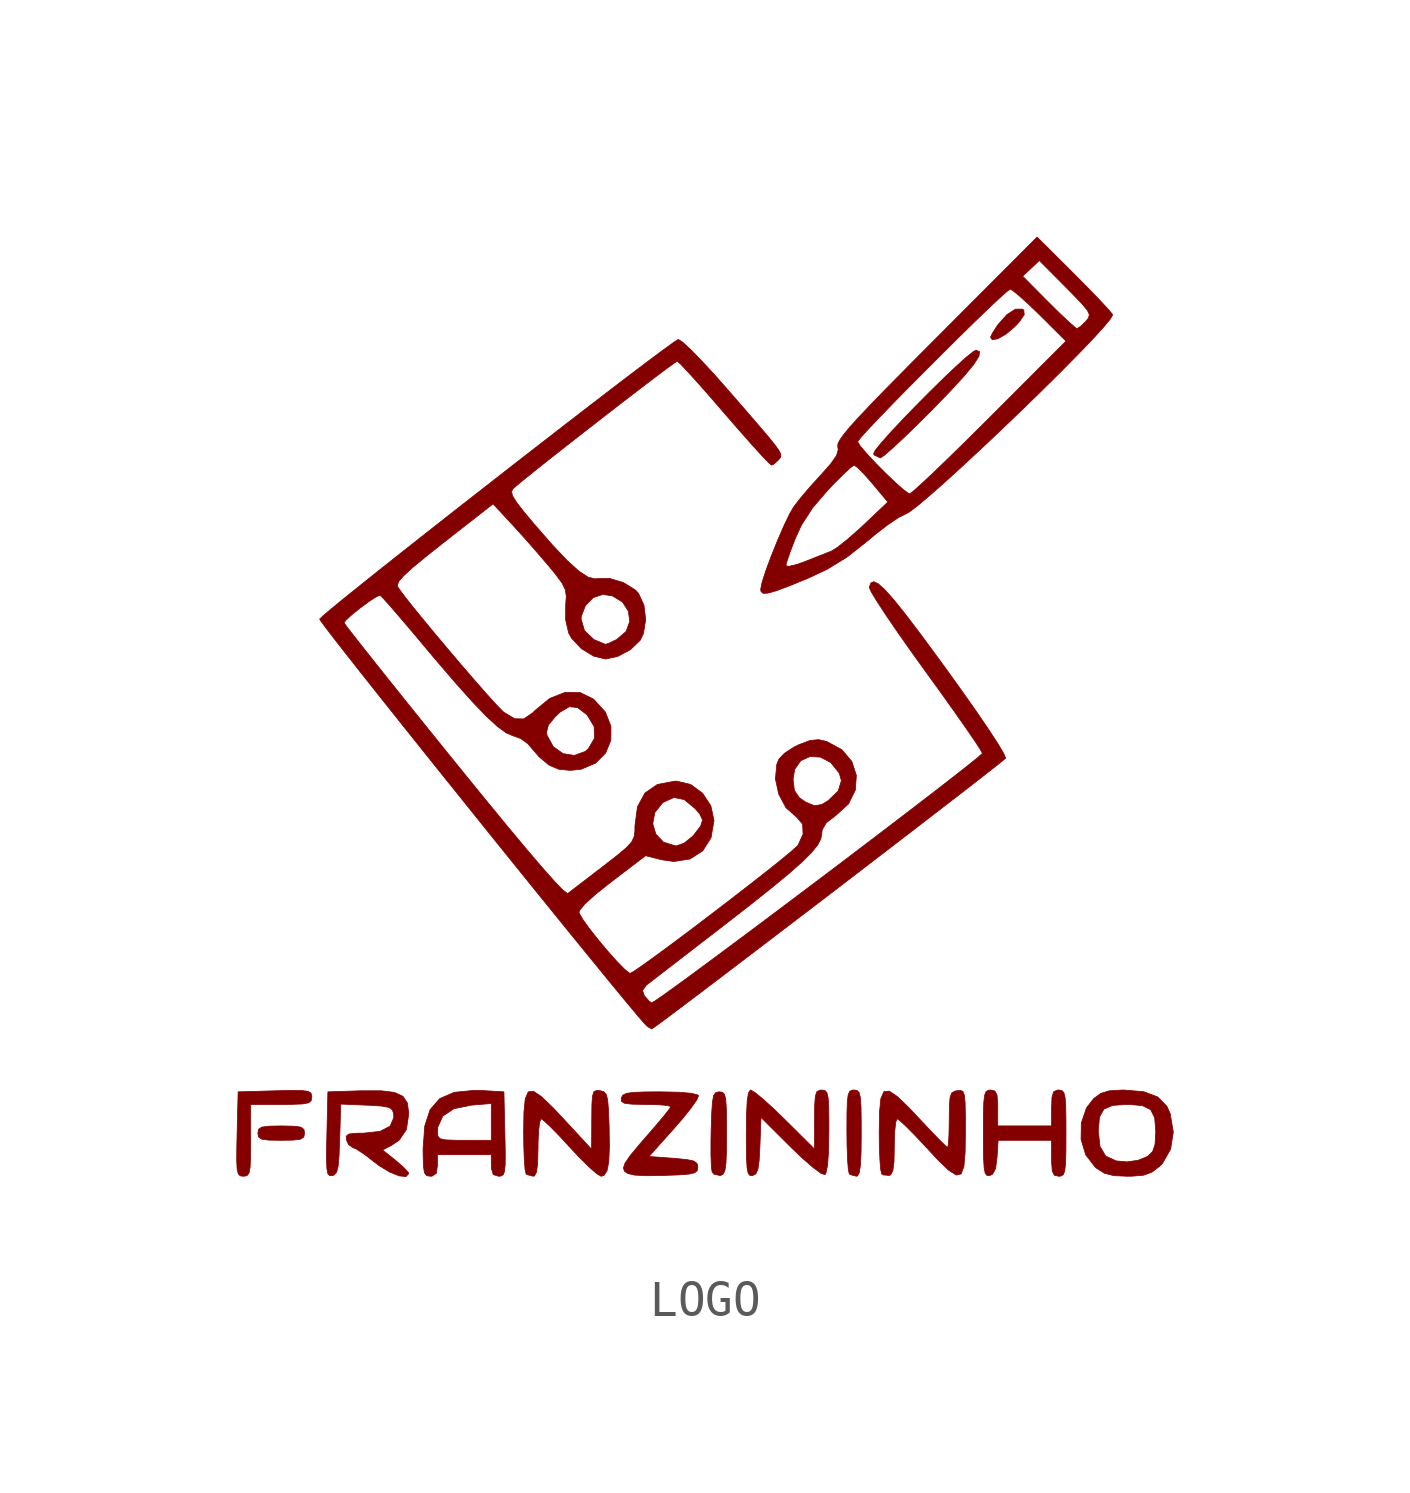
<source format=kicad_sym>
(kicad_symbol_lib
  (version 20220914)
  (generator bitmap2component)
  (symbol "LOGO"
    (pin_names
      (offset 1.016))
    (property "Reference" "#G"
      (at 0 14.424 0)
      (effects (font (size 1.27 1.27)) hide))
    (symbol "LOGO_0_0"
      (polyline (pts (xy -12.94 -12.65) (xy -12.852 -12.632) (xy -12.796 -12.559) (xy -12.766 -12.395) (xy -12.753 -12.103) (xy -12.75 -11.646) (xy -12.75 -10.642) (xy -11.897 -10.642) (xy -11.6 -10.641) (xy -11.297 -10.629) (xy -11.13 -10.598) (xy -11.059 -10.537) (xy -11.043 -10.438) (xy -11.044 -10.41) (xy -11.064 -10.328) (xy -11.142 -10.278) (xy -11.311 -10.255) (xy -11.61 -10.251) (xy -12.072 -10.262) (xy -13.101 -10.291) (xy -13.13 -11.47) (xy -13.138 -11.828) (xy -13.141 -12.214) (xy -13.129 -12.455) (xy -13.097 -12.586) (xy -13.041 -12.639) (xy -12.954 -12.65) (xy -12.94 -12.65)) (stroke (width 0.01) (type default)) (fill (type outline)))
      (polyline (pts (xy -8.333 -12.575) (xy -8.35 -12.538) (xy -8.481 -12.396) (xy -8.698 -12.208) (xy -9.063 -11.917) (xy -8.801 -11.779) (xy -8.6 -11.643) (xy -8.396 -11.342) (xy -8.333 -10.915) (xy -8.333 -10.873) (xy -8.372 -10.599) (xy -8.495 -10.415) (xy -8.73 -10.307) (xy -9.105 -10.261) (xy -9.65 -10.261) (xy -10.592 -10.291) (xy -10.62 -11.478) (xy -10.626 -11.741) (xy -10.631 -12.161) (xy -10.621 -12.428) (xy -10.594 -12.574) (xy -10.545 -12.631) (xy -10.469 -12.632) (xy -10.414 -12.613) (xy -10.348 -12.535) (xy -10.306 -12.368) (xy -10.28 -12.073) (xy -10.262 -11.615) (xy -10.233 -10.633) (xy -9.509 -10.663) (xy -9.443 -10.665) (xy -9.09 -10.688) (xy -8.887 -10.726) (xy -8.79 -10.793) (xy -8.754 -10.905) (xy -8.749 -11.012) (xy -8.855 -11.251) (xy -9.136 -11.396) (xy -9.585 -11.445) (xy -9.802 -11.448) (xy -10.005 -11.47) (xy -10.08 -11.53) (xy -10.069 -11.646) (xy -10.016 -11.763) (xy -9.9 -11.847) (xy -9.792 -11.892) (xy -9.571 -12.038) (xy -9.299 -12.248) (xy -9.165 -12.351) (xy -8.866 -12.533) (xy -8.599 -12.64) (xy -8.407 -12.659) (xy -8.333 -12.575)) (stroke (width 0.01) (type default)) (fill (type outline)))
      (polyline (pts (xy -5.758 -12.646) (xy -5.692 -12.61) (xy -5.653 -12.508) (xy -5.635 -12.307) (xy -5.634 -11.972) (xy -5.644 -11.47) (xy -5.672 -10.291) (xy -6.224 -10.258) (xy -6.504 -10.25) (xy -7.061 -10.304) (xy -7.465 -10.479) (xy -7.735 -10.788) (xy -7.884 -11.247) (xy -7.896 -11.406) (xy -7.53 -11.406) (xy -7.521 -11.28) (xy -7.381 -10.969) (xy -7.072 -10.764) (xy -6.593 -10.664) (xy -6.024 -10.617) (xy -6.024 -11.132) (xy -6.024 -11.646) (xy -6.777 -11.646) (xy -7.019 -11.645) (xy -7.306 -11.634) (xy -7.458 -11.6) (xy -7.519 -11.528) (xy -7.53 -11.406) (xy -7.896 -11.406) (xy -7.931 -11.872) (xy -7.93 -12.046) (xy -7.921 -12.372) (xy -7.892 -12.554) (xy -7.832 -12.633) (xy -7.73 -12.65) (xy -7.679 -12.647) (xy -7.561 -12.569) (xy -7.53 -12.349) (xy -7.53 -12.047) (xy -6.777 -12.047) (xy -6.024 -12.047) (xy -6.024 -12.349) (xy -6.021 -12.431) (xy -5.969 -12.604) (xy -5.82 -12.65) (xy -5.758 -12.646)) (stroke (width 0.01) (type default)) (fill (type outline)))
      (polyline (pts (xy -2.872 -12.625) (xy -2.789 -12.497) (xy -2.74 -12.24) (xy -2.723 -11.83) (xy -2.731 -11.244) (xy -2.732 -11.224) (xy -2.749 -10.788) (xy -2.772 -10.511) (xy -2.813 -10.357) (xy -2.881 -10.286) (xy -2.987 -10.258) (xy -3.082 -10.251) (xy -3.156 -10.287) (xy -3.195 -10.409) (xy -3.212 -10.654) (xy -3.216 -11.062) (xy -3.22 -11.897) (xy -4.002 -11.051) (xy -4.292 -10.743) (xy -4.619 -10.427) (xy -4.846 -10.274) (xy -4.992 -10.292) (xy -5.075 -10.486) (xy -5.112 -10.862) (xy -5.12 -11.425) (xy -5.116 -11.791) (xy -5.102 -12.182) (xy -5.08 -12.461) (xy -5.053 -12.583) (xy -5.023 -12.605) (xy -4.852 -12.65) (xy -4.815 -12.638) (xy -4.758 -12.527) (xy -4.728 -12.272) (xy -4.718 -11.847) (xy -4.718 -11.733) (xy -4.702 -11.382) (xy -4.672 -11.136) (xy -4.632 -11.043) (xy -4.564 -11.088) (xy -4.382 -11.256) (xy -4.124 -11.519) (xy -3.821 -11.847) (xy -3.579 -12.107) (xy -3.296 -12.388) (xy -3.077 -12.579) (xy -2.955 -12.65) (xy -2.872 -12.625)) (stroke (width 0.01) (type default)) (fill (type outline)))
      (polyline (pts (xy -1.215 -12.628) (xy -0.796 -12.613) (xy -0.502 -12.591) (xy -0.338 -12.553) (xy -0.267 -12.492) (xy -0.251 -12.399) (xy -0.271 -12.296) (xy -0.362 -12.226) (xy -0.569 -12.182) (xy -0.933 -12.148) (xy -1.616 -12.098) (xy -0.906 -11.303) (xy -0.68 -11.043) (xy -0.438 -10.741) (xy -0.28 -10.515) (xy -0.231 -10.399) (xy -0.25 -10.379) (xy -0.433 -10.331) (xy -0.793 -10.301) (xy -1.312 -10.291) (xy -1.719 -10.293) (xy -2.053 -10.306) (xy -2.252 -10.335) (xy -2.353 -10.387) (xy -2.39 -10.466) (xy -2.391 -10.468) (xy -2.384 -10.559) (xy -2.296 -10.612) (xy -2.086 -10.636) (xy -1.714 -10.642) (xy -1.68 -10.642) (xy -1.338 -10.651) (xy -1.096 -10.673) (xy -1.004 -10.703) (xy -1.042 -10.765) (xy -1.189 -10.953) (xy -1.422 -11.231) (xy -1.712 -11.565) (xy -1.885 -11.764) (xy -2.142 -12.074) (xy -2.285 -12.283) (xy -2.331 -12.42) (xy -2.299 -12.512) (xy -2.209 -12.575) (xy -2.018 -12.618) (xy -1.698 -12.635) (xy -1.215 -12.628)) (stroke (width 0.01) (type default)) (fill (type outline)))
      (polyline (pts (xy 0.388 -12.628) (xy 0.461 -12.587) (xy 0.508 -12.482) (xy 0.536 -12.28) (xy 0.549 -11.945) (xy 0.552 -11.444) (xy 0.552 -11.164) (xy 0.546 -10.759) (xy 0.529 -10.503) (xy 0.495 -10.362) (xy 0.438 -10.303) (xy 0.351 -10.291) (xy 0.334 -10.291) (xy 0.249 -10.312) (xy 0.193 -10.391) (xy 0.159 -10.565) (xy 0.138 -10.869) (xy 0.122 -11.338) (xy 0.116 -11.657) (xy 0.116 -12.065) (xy 0.127 -12.371) (xy 0.147 -12.525) (xy 0.201 -12.594) (xy 0.376 -12.631) (xy 0.388 -12.628)) (stroke (width 0.01) (type default)) (fill (type outline)))
      (polyline (pts (xy 1.369 -12.585) (xy 1.428 -12.458) (xy 1.463 -12.21) (xy 1.485 -11.802) (xy 1.515 -11.007) (xy 2.353 -11.841) (xy 2.667 -12.141) (xy 2.969 -12.404) (xy 3.19 -12.567) (xy 3.303 -12.606) (xy 3.329 -12.568) (xy 3.375 -12.345) (xy 3.404 -11.947) (xy 3.413 -11.389) (xy 3.413 -11.115) (xy 3.408 -10.71) (xy 3.391 -10.453) (xy 3.357 -10.312) (xy 3.299 -10.253) (xy 3.213 -10.24) (xy 3.153 -10.244) (xy 3.077 -10.288) (xy 3.034 -10.413) (xy 3.016 -10.659) (xy 3.012 -11.066) (xy 3.012 -11.892) (xy 2.182 -11.066) (xy 1.865 -10.76) (xy 1.567 -10.49) (xy 1.344 -10.308) (xy 1.228 -10.24) (xy 1.219 -10.241) (xy 1.166 -10.318) (xy 1.13 -10.531) (xy 1.111 -10.902) (xy 1.104 -11.453) (xy 1.105 -11.702) (xy 1.11 -12.134) (xy 1.126 -12.412) (xy 1.156 -12.566) (xy 1.206 -12.628) (xy 1.28 -12.631) (xy 1.369 -12.585)) (stroke (width 0.01) (type default)) (fill (type outline)))
      (polyline (pts (xy 4.214 -12.64) (xy 4.263 -12.548) (xy 4.295 -12.336) (xy 4.312 -11.977) (xy 4.317 -11.445) (xy 4.316 -11.09) (xy 4.31 -10.696) (xy 4.292 -10.447) (xy 4.258 -10.31) (xy 4.201 -10.252) (xy 4.116 -10.24) (xy 4.071 -10.242) (xy 3.999 -10.273) (xy 3.953 -10.368) (xy 3.928 -10.561) (xy 3.918 -10.886) (xy 3.916 -11.378) (xy 3.92 -11.788) (xy 3.934 -12.182) (xy 3.956 -12.461) (xy 3.982 -12.583) (xy 4.012 -12.605) (xy 4.183 -12.65) (xy 4.214 -12.64)) (stroke (width 0.01) (type default)) (fill (type outline)))
      (polyline (pts (xy 5.141 -12.61) (xy 5.201 -12.492) (xy 5.233 -12.241) (xy 5.241 -11.822) (xy 5.241 -11.73) (xy 5.254 -11.381) (xy 5.282 -11.136) (xy 5.321 -11.043) (xy 5.395 -11.094) (xy 5.581 -11.266) (xy 5.844 -11.532) (xy 6.153 -11.862) (xy 6.444 -12.176) (xy 6.755 -12.478) (xy 6.971 -12.617) (xy 7.109 -12.585) (xy 7.187 -12.375) (xy 7.221 -11.98) (xy 7.229 -11.391) (xy 7.228 -10.967) (xy 7.221 -10.61) (xy 7.202 -10.395) (xy 7.163 -10.286) (xy 7.099 -10.252) (xy 7.003 -10.258) (xy 6.938 -10.27) (xy 6.849 -10.32) (xy 6.801 -10.441) (xy 6.781 -10.676) (xy 6.777 -11.069) (xy 6.776 -11.161) (xy 6.769 -11.51) (xy 6.753 -11.755) (xy 6.732 -11.847) (xy 6.667 -11.794) (xy 6.49 -11.62) (xy 6.233 -11.354) (xy 5.924 -11.025) (xy 5.661 -10.746) (xy 5.33 -10.425) (xy 5.099 -10.27) (xy 4.95 -10.286) (xy 4.865 -10.48) (xy 4.828 -10.857) (xy 4.819 -11.425) (xy 4.823 -11.791) (xy 4.838 -12.183) (xy 4.861 -12.463) (xy 4.889 -12.586) (xy 4.929 -12.612) (xy 5.102 -12.628) (xy 5.141 -12.61)) (stroke (width 0.01) (type default)) (fill (type outline)))
      (polyline (pts (xy 9.898 -12.646) (xy 9.964 -12.607) (xy 10.005 -12.502) (xy 10.028 -12.295) (xy 10.038 -11.954) (xy 10.04 -11.445) (xy 10.039 -11.09) (xy 10.033 -10.696) (xy 10.015 -10.447) (xy 9.98 -10.31) (xy 9.924 -10.252) (xy 9.839 -10.24) (xy 9.792 -10.242) (xy 9.693 -10.291) (xy 9.649 -10.441) (xy 9.638 -10.742) (xy 9.638 -11.244) (xy 8.885 -11.244) (xy 8.132 -11.244) (xy 8.132 -10.742) (xy 8.131 -10.626) (xy 8.112 -10.379) (xy 8.052 -10.267) (xy 7.931 -10.24) (xy 7.871 -10.245) (xy 7.806 -10.284) (xy 7.764 -10.391) (xy 7.742 -10.599) (xy 7.732 -10.942) (xy 7.731 -11.453) (xy 7.731 -11.702) (xy 7.736 -12.134) (xy 7.752 -12.412) (xy 7.782 -12.566) (xy 7.832 -12.629) (xy 7.906 -12.631) (xy 7.989 -12.593) (xy 8.072 -12.436) (xy 8.113 -12.122) (xy 8.143 -11.646) (xy 8.89 -11.646) (xy 9.638 -11.646) (xy 9.638 -12.148) (xy 9.639 -12.264) (xy 9.658 -12.511) (xy 9.718 -12.623) (xy 9.839 -12.65) (xy 9.898 -12.646)) (stroke (width 0.01) (type default)) (fill (type outline)))
      (polyline (pts (xy 11.896 -12.648) (xy 12.214 -12.62) (xy 12.44 -12.537) (xy 12.655 -12.374) (xy 12.739 -12.289) (xy 12.965 -11.894) (xy 13.04 -11.416) (xy 12.954 -10.903) (xy 12.859 -10.692) (xy 12.604 -10.434) (xy 12.214 -10.287) (xy 11.665 -10.24) (xy 11.592 -10.241) (xy 11.245 -10.263) (xy 11.01 -10.336) (xy 10.814 -10.48) (xy 10.614 -10.739) (xy 10.469 -11.162) (xy 10.466 -11.393) (xy 10.943 -11.393) (xy 10.943 -11.358) (xy 10.978 -10.994) (xy 11.099 -10.775) (xy 11.343 -10.67) (xy 11.746 -10.642) (xy 11.783 -10.642) (xy 12.173 -10.675) (xy 12.407 -10.788) (xy 12.52 -11.016) (xy 12.549 -11.393) (xy 12.549 -11.444) (xy 12.529 -11.765) (xy 12.462 -11.959) (xy 12.326 -12.092) (xy 12.319 -12.097) (xy 12.058 -12.204) (xy 11.746 -12.248) (xy 11.445 -12.222) (xy 11.152 -12.088) (xy 10.992 -11.819) (xy 10.943 -11.393) (xy 10.466 -11.393) (xy 10.462 -11.619) (xy 10.591 -12.05) (xy 10.854 -12.393) (xy 10.894 -12.426) (xy 11.116 -12.566) (xy 11.375 -12.633) (xy 11.752 -12.65) (xy 11.896 -12.648)) (stroke (width 0.01) (type default)) (fill (type outline)))
      (polyline (pts (xy -11.56 -11.64) (xy -11.355 -11.614) (xy -11.265 -11.554) (xy -11.244 -11.445) (xy -11.262 -11.342) (xy -11.347 -11.278) (xy -11.544 -11.251) (xy -11.897 -11.244) (xy -12.233 -11.25) (xy -12.438 -11.276) (xy -12.529 -11.336) (xy -12.549 -11.445) (xy -12.532 -11.549) (xy -12.447 -11.612) (xy -12.25 -11.64) (xy -11.897 -11.646) (xy -11.56 -11.64)) (stroke (width 0.01) (type default)) (fill (type outline)))
      (polyline (pts (xy -1.537 -8.531) (xy -1.429 -8.457) (xy -1.181 -8.274) (xy -0.81 -7.996) (xy -0.332 -7.636) (xy 0.236 -7.205) (xy 0.877 -6.718) (xy 1.576 -6.186) (xy 2.315 -5.622) (xy 3.078 -5.04) (xy 3.848 -4.451) (xy 4.608 -3.868) (xy 5.342 -3.305) (xy 6.033 -2.773) (xy 6.665 -2.286) (xy 7.221 -1.857) (xy 7.684 -1.497) (xy 8.038 -1.22) (xy 8.265 -1.039) (xy 8.351 -0.966) (xy 8.352 -0.962) (xy 8.301 -0.835) (xy 8.143 -0.567) (xy 7.888 -0.176) (xy 7.55 0.321) (xy 7.139 0.905) (xy 6.669 1.559) (xy 6.498 1.794) (xy 5.979 2.498) (xy 5.56 3.05) (xy 5.23 3.462) (xy 4.978 3.745) (xy 4.794 3.91) (xy 4.667 3.97) (xy 4.586 3.934) (xy 4.542 3.814) (xy 4.541 3.812) (xy 4.594 3.689) (xy 4.752 3.428) (xy 4.998 3.051) (xy 5.318 2.582) (xy 5.697 2.042) (xy 6.119 1.454) (xy 6.14 1.426) (xy 6.56 0.845) (xy 6.936 0.317) (xy 7.254 -0.136) (xy 7.498 -0.492) (xy 7.652 -0.73) (xy 7.703 -0.827) (xy 7.687 -0.847) (xy 7.542 -0.972) (xy 7.261 -1.198) (xy 6.862 -1.511) (xy 6.362 -1.899) (xy 5.777 -2.348) (xy 5.127 -2.846) (xy 4.427 -3.378) (xy 3.696 -3.933) (xy 2.95 -4.496) (xy 2.207 -5.055) (xy 1.485 -5.597) (xy 0.8 -6.108) (xy 0.171 -6.576) (xy -0.386 -6.987) (xy -0.853 -7.328) (xy -1.212 -7.587) (xy -1.448 -7.749) (xy -1.541 -7.803) (xy -1.611 -7.758) (xy -1.748 -7.602) (xy -1.796 -7.455) (xy -1.688 -7.306) (xy -1.63 -7.262) (xy -1.421 -7.101) (xy -1.093 -6.847) (xy -0.669 -6.521) (xy -0.175 -6.139) (xy 0.366 -5.723) (xy 0.473 -5.64) (xy 1.23 -5.051) (xy 1.841 -4.565) (xy 2.319 -4.169) (xy 2.678 -3.85) (xy 2.933 -3.595) (xy 3.098 -3.39) (xy 3.186 -3.224) (xy 3.213 -3.082) (xy 3.225 -2.968) (xy 3.339 -2.77) (xy 3.605 -2.566) (xy 3.961 -2.243) (xy 4.151 -1.856) (xy 4.181 -1.446) (xy 4.054 -1.056) (xy 3.776 -0.727) (xy 3.353 -0.498) (xy 3.128 -0.446) (xy 2.888 -0.468) (xy 2.573 -0.587) (xy 2.436 -0.654) (xy 2.171 -0.827) (xy 2.017 -0.988) (xy 1.956 -1.137) (xy 1.918 -1.543) (xy 1.919 -1.547) (xy 2.411 -1.547) (xy 2.457 -1.274) (xy 2.628 -1.033) (xy 2.883 -0.918) (xy 3.177 -0.934) (xy 3.465 -1.086) (xy 3.702 -1.381) (xy 3.762 -1.591) (xy 3.674 -1.879) (xy 3.39 -2.153) (xy 3.216 -2.259) (xy 3.008 -2.293) (xy 2.761 -2.189) (xy 2.585 -2.069) (xy 2.448 -1.863) (xy 2.411 -1.547) (xy 1.919 -1.547) (xy 2.011 -1.971) (xy 2.213 -2.349) (xy 2.505 -2.607) (xy 2.514 -2.613) (xy 2.678 -2.807) (xy 2.691 -3.085) (xy 2.551 -3.397) (xy 2.521 -3.429) (xy 2.347 -3.583) (xy 2.049 -3.829) (xy 1.652 -4.145) (xy 1.182 -4.513) (xy 0.664 -4.914) (xy 0.124 -5.327) (xy -0.411 -5.734) (xy -0.918 -6.114) (xy -1.369 -6.447) (xy -1.74 -6.716) (xy -2.005 -6.899) (xy -2.137 -6.977) (xy -2.162 -6.972) (xy -2.3 -6.863) (xy -2.513 -6.646) (xy -2.768 -6.359) (xy -3.035 -6.042) (xy -3.28 -5.731) (xy -3.47 -5.466) (xy -3.572 -5.285) (xy -3.562 -5.226) (xy -3.414 -5.045) (xy -3.113 -4.772) (xy -2.668 -4.418) (xy -1.712 -3.69) (xy -1.258 -3.804) (xy -0.921 -3.852) (xy -0.468 -3.782) (xy -0.114 -3.555) (xy 0.118 -3.189) (xy 0.201 -2.704) (xy 0.201 -2.704) (xy 0.113 -2.295) (xy -0.119 -1.944) (xy -0.451 -1.699) (xy -0.839 -1.606) (xy -0.9 -1.607) (xy -1.382 -1.698) (xy -1.728 -1.937) (xy -1.938 -2.322) (xy -2.001 -2.795) (xy -1.511 -2.795) (xy -1.455 -2.487) (xy -1.239 -2.214) (xy -1.216 -2.197) (xy -0.92 -2.063) (xy -0.631 -2.121) (xy -0.326 -2.373) (xy -0.195 -2.526) (xy -0.118 -2.692) (xy -0.172 -2.861) (xy -0.36 -3.105) (xy -0.405 -3.154) (xy -0.634 -3.339) (xy -0.84 -3.413) (xy -0.891 -3.412) (xy -1.212 -3.31) (xy -1.424 -3.087) (xy -1.511 -2.795) (xy -2.001 -2.795) (xy -2.008 -2.851) (xy -2.01 -3.002) (xy -2.033 -3.166) (xy -2.104 -3.31) (xy -2.252 -3.47) (xy -2.503 -3.681) (xy -2.886 -3.979) (xy -3.185 -4.208) (xy -3.513 -4.46) (xy -3.758 -4.648) (xy -3.882 -4.743) (xy -3.903 -4.742) (xy -4.027 -4.646) (xy -4.255 -4.41) (xy -4.591 -4.033) (xy -5.037 -3.511) (xy -5.597 -2.839) (xy -6.274 -2.015) (xy -7.07 -1.036) (xy -7.128 -0.964) (xy -7.734 -0.213) (xy -8.3 0.49) (xy -8.811 1.128) (xy -9.257 1.687) (xy -9.625 2.151) (xy -9.903 2.505) (xy -10.079 2.734) (xy -10.14 2.822) (xy -10.091 2.892) (xy -9.923 3.046) (xy -9.689 3.235) (xy -9.443 3.416) (xy -9.239 3.549) (xy -9.131 3.591) (xy -9.068 3.53) (xy -8.893 3.336) (xy -8.631 3.034) (xy -8.303 2.65) (xy -7.933 2.209) (xy -7.638 1.857) (xy -7.046 1.166) (xy -6.558 0.62) (xy -6.163 0.208) (xy -5.848 -0.081) (xy -5.627 -0.242) (xy -4.481 -0.242) (xy -4.43 -0.04) (xy -4.231 0.202) (xy -4.099 0.325) (xy -3.844 0.475) (xy -3.613 0.452) (xy -3.359 0.256) (xy -3.342 0.239) (xy -3.15 -0.078) (xy -3.139 -0.406) (xy -3.313 -0.703) (xy -3.403 -0.778) (xy -3.706 -0.887) (xy -4.02 -0.836) (xy -4.291 -0.643) (xy -4.466 -0.326) (xy -4.481 -0.242) (xy -5.627 -0.242) (xy -5.603 -0.259) (xy -5.417 -0.337) (xy -5.199 -0.416) (xy -5.002 -0.56) (xy -4.686 -0.927) (xy -4.411 -1.157) (xy -4.138 -1.273) (xy -3.818 -1.305) (xy -3.511 -1.273) (xy -3.11 -1.103) (xy -2.829 -0.821) (xy -2.682 -0.464) (xy -2.68 -0.068) (xy -2.837 0.327) (xy -3.164 0.686) (xy -3.536 0.869) (xy -3.958 0.877) (xy -4.393 0.706) (xy -4.811 0.361) (xy -4.863 0.307) (xy -5.117 0.133) (xy -5.372 0.139) (xy -5.675 0.321) (xy -5.707 0.349) (xy -5.882 0.529) (xy -6.15 0.825) (xy -6.487 1.208) (xy -6.866 1.648) (xy -7.263 2.116) (xy -7.654 2.582) (xy -8.011 3.015) (xy -8.312 3.387) (xy -8.53 3.668) (xy -8.64 3.828) (xy -8.651 3.875) (xy -8.608 3.981) (xy -8.475 4.135) (xy -8.233 4.356) (xy -7.864 4.662) (xy -7.352 5.068) (xy -5.975 6.145) (xy -5.445 5.575) (xy -5.133 5.232) (xy -4.747 4.793) (xy -4.404 4.392) (xy -4.244 4.197) (xy -4.052 3.942) (xy -3.955 3.748) (xy -3.928 3.56) (xy -3.945 3.32) (xy -3.946 2.927) (xy -3.514 2.927) (xy -3.508 3.004) (xy -3.394 3.3) (xy -3.173 3.525) (xy -2.905 3.614) (xy -2.635 3.571) (xy -2.358 3.402) (xy -2.193 3.148) (xy -2.154 2.858) (xy -2.257 2.578) (xy -2.517 2.356) (xy -2.53 2.349) (xy -2.731 2.252) (xy -2.831 2.217) (xy -3.156 2.351) (xy -3.42 2.603) (xy -3.514 2.927) (xy -3.946 2.927) (xy -3.946 2.905) (xy -3.862 2.537) (xy -3.78 2.389) (xy -3.51 2.102) (xy -3.168 1.891) (xy -2.831 1.808) (xy -2.493 1.879) (xy -2.134 2.071) (xy -1.863 2.331) (xy -1.771 2.52) (xy -1.709 2.909) (xy -1.757 3.316) (xy -1.912 3.647) (xy -1.998 3.738) (xy -2.326 3.943) (xy -2.715 4.06) (xy -3.071 4.055) (xy -3.122 4.048) (xy -3.317 4.096) (xy -3.572 4.262) (xy -3.901 4.558) (xy -4.315 4.995) (xy -4.831 5.586) (xy -5.107 5.916) (xy -5.322 6.193) (xy -5.433 6.375) (xy -5.457 6.492) (xy -5.412 6.573) (xy -5.349 6.629) (xy -5.132 6.809) (xy -4.805 7.072) (xy -4.393 7.4) (xy -3.918 7.773) (xy -3.406 8.173) (xy -2.882 8.581) (xy -2.369 8.978) (xy -1.891 9.345) (xy -1.474 9.663) (xy -1.141 9.913) (xy -0.917 10.076) (xy -0.826 10.134) (xy -0.825 10.134) (xy -0.733 10.052) (xy -0.534 9.841) (xy -0.249 9.527) (xy 0.1 9.131) (xy 0.491 8.678) (xy 0.514 8.652) (xy 0.904 8.203) (xy 1.25 7.812) (xy 1.53 7.503) (xy 1.724 7.301) (xy 1.809 7.228) (xy 1.869 7.252) (xy 2.005 7.376) (xy 2.045 7.422) (xy 2.071 7.473) (xy 2.066 7.539) (xy 2.014 7.641) (xy 1.901 7.798) (xy 1.713 8.03) (xy 1.436 8.355) (xy 1.057 8.794) (xy 0.56 9.365) (xy 0.199 9.773) (xy -0.16 10.161) (xy -0.461 10.467) (xy -0.681 10.669) (xy -0.795 10.741) (xy -0.802 10.739) (xy -0.93 10.657) (xy -1.196 10.465) (xy -1.583 10.177) (xy -2.076 9.805) (xy -2.656 9.363) (xy -3.308 8.862) (xy -4.016 8.316) (xy -4.762 7.737) (xy -5.531 7.14) (xy -6.306 6.535) (xy -7.07 5.938) (xy -7.807 5.359) (xy -8.5 4.812) (xy -9.134 4.31) (xy -9.69 3.865) (xy -10.154 3.492) (xy -10.508 3.201) (xy -10.736 3.008) (xy -10.822 2.923) (xy -10.799 2.883) (xy -10.666 2.702) (xy -10.427 2.39) (xy -10.093 1.962) (xy -9.677 1.434) (xy -9.19 0.819) (xy -8.645 0.134) (xy -8.053 -0.607) (xy -7.428 -1.388) (xy -6.78 -2.195) (xy -6.123 -3.013) (xy -5.468 -3.826) (xy -4.827 -4.62) (xy -4.212 -5.379) (xy -3.636 -6.088) (xy -3.111 -6.732) (xy -2.649 -7.297) (xy -2.261 -7.767) (xy -1.961 -8.127) (xy -1.759 -8.362) (xy -1.669 -8.457) (xy -1.624 -8.485) (xy -1.54 -8.532) (xy -1.537 -8.531)) (stroke (width 0.01) (type default)) (fill (type outline)))
      (polyline (pts (xy 1.707 3.649) (xy 1.948 3.718) (xy 2.319 3.857) (xy 2.847 4.074) (xy 3.369 4.319) (xy 3.925 4.661) (xy 4.497 5.114) (xy 4.723 5.303) (xy 5.071 5.569) (xy 5.363 5.766) (xy 5.554 5.86) (xy 5.651 5.911) (xy 5.888 6.09) (xy 6.229 6.377) (xy 6.655 6.752) (xy 7.145 7.199) (xy 7.681 7.697) (xy 8.243 8.228) (xy 8.811 8.773) (xy 9.367 9.314) (xy 9.89 9.833) (xy 10.362 10.309) (xy 10.763 10.726) (xy 11.073 11.064) (xy 11.274 11.304) (xy 11.345 11.428) (xy 11.33 11.454) (xy 11.205 11.602) (xy 10.973 11.852) (xy 10.659 12.177) (xy 10.289 12.551) (xy 9.233 13.603) (xy 8.141 12.509) (xy 8.829 12.509) (xy 9.062 12.728) (xy 9.295 12.947) (xy 10.038 12.2) (xy 10.227 12.008) (xy 10.489 11.736) (xy 10.638 11.556) (xy 10.693 11.436) (xy 10.672 11.344) (xy 10.595 11.248) (xy 10.454 11.11) (xy 10.348 11.043) (xy 10.295 11.078) (xy 10.123 11.229) (xy 9.866 11.471) (xy 9.557 11.776) (xy 8.829 12.509) (xy 8.141 12.509) (xy 6.413 10.778) (xy 6.41 10.775) (xy 5.689 10.051) (xy 5.1 9.454) (xy 4.631 8.972) (xy 4.269 8.591) (xy 4.003 8.298) (xy 3.822 8.079) (xy 3.712 7.922) (xy 3.694 7.883) (xy 4.217 7.883) (xy 4.218 7.887) (xy 4.302 7.998) (xy 4.506 8.224) (xy 4.809 8.544) (xy 5.188 8.937) (xy 5.622 9.38) (xy 6.09 9.852) (xy 6.569 10.331) (xy 7.038 10.796) (xy 7.476 11.225) (xy 7.861 11.596) (xy 8.171 11.888) (xy 8.385 12.079) (xy 8.48 12.148) (xy 8.543 12.115) (xy 8.728 11.966) (xy 8.996 11.725) (xy 9.31 11.422) (xy 10.041 10.695) (xy 7.908 8.56) (xy 7.714 8.367) (xy 7.188 7.846) (xy 6.712 7.381) (xy 6.304 6.989) (xy 5.982 6.688) (xy 5.765 6.494) (xy 5.671 6.425) (xy 5.649 6.432) (xy 5.502 6.537) (xy 5.271 6.741) (xy 4.995 7.005) (xy 4.712 7.29) (xy 4.463 7.558) (xy 4.285 7.768) (xy 4.217 7.883) (xy 3.694 7.883) (xy 3.662 7.814) (xy 3.661 7.741) (xy 3.674 7.66) (xy 3.626 7.495) (xy 3.471 7.272) (xy 3.187 6.952) (xy 3.163 6.926) (xy 2.868 6.6) (xy 2.605 6.289) (xy 2.427 6.058) (xy 2.314 5.862) (xy 2.152 5.525) (xy 1.974 5.114) (xy 1.8 4.681) (xy 1.702 4.418) (xy 2.209 4.418) (xy 2.209 4.422) (xy 2.249 4.569) (xy 2.345 4.842) (xy 2.477 5.186) (xy 2.648 5.555) (xy 2.957 6.034) (xy 3.393 6.542) (xy 3.553 6.709) (xy 3.82 6.976) (xy 4.02 7.16) (xy 4.119 7.228) (xy 4.216 7.159) (xy 4.4 6.974) (xy 4.63 6.713) (xy 5.061 6.197) (xy 4.382 5.553) (xy 4.234 5.416) (xy 3.917 5.139) (xy 3.652 4.93) (xy 3.483 4.824) (xy 3.362 4.777) (xy 3.072 4.663) (xy 2.736 4.529) (xy 2.508 4.449) (xy 2.292 4.398) (xy 2.209 4.418) (xy 1.702 4.418) (xy 1.65 4.277) (xy 1.545 3.952) (xy 1.506 3.758) (xy 1.514 3.699) (xy 1.571 3.645) (xy 1.707 3.649)) (stroke (width 0.01) (type default)) (fill (type outline)))
      (polyline (pts (xy 4.851 7.429) (xy 4.959 7.5) (xy 5.181 7.693) (xy 5.495 7.984) (xy 5.876 8.353) (xy 6.3 8.776) (xy 6.777 9.267) (xy 7.189 9.714) (xy 7.464 10.046) (xy 7.607 10.272) (xy 7.625 10.4) (xy 7.526 10.441) (xy 7.449 10.401) (xy 7.25 10.241) (xy 6.964 9.983) (xy 6.617 9.654) (xy 6.236 9.28) (xy 5.845 8.886) (xy 5.471 8.499) (xy 5.139 8.145) (xy 4.877 7.85) (xy 4.708 7.641) (xy 4.66 7.543) (xy 4.692 7.504) (xy 4.85 7.429) (xy 4.851 7.429)) (stroke (width 0.01) (type default)) (fill (type outline)))
      (polyline (pts (xy 8.138 10.761) (xy 8.362 10.89) (xy 8.609 11.099) (xy 8.728 11.224) (xy 8.873 11.434) (xy 8.861 11.56) (xy 8.819 11.59) (xy 8.627 11.588) (xy 8.388 11.435) (xy 8.139 11.154) (xy 8.114 11.118) (xy 7.984 10.916) (xy 7.931 10.802) (xy 7.98 10.733) (xy 8.138 10.761)) (stroke (width 0.01) (type default)) (fill (type outline))))))
</source>
